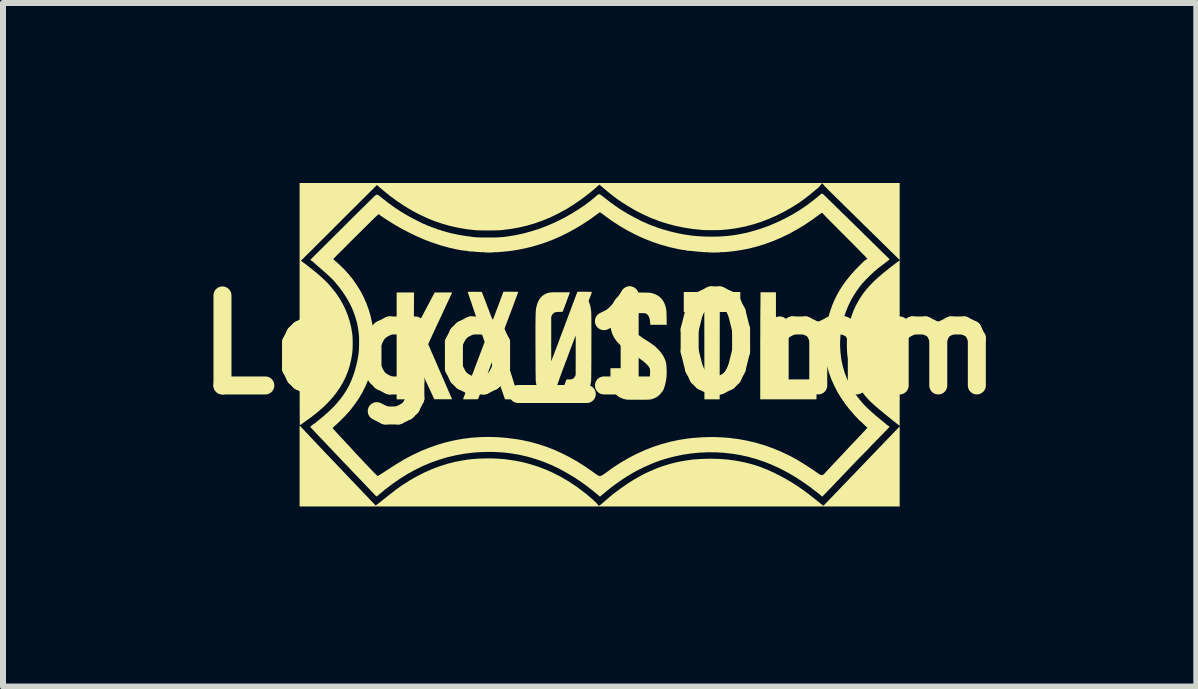
<source format=kicad_pcb>
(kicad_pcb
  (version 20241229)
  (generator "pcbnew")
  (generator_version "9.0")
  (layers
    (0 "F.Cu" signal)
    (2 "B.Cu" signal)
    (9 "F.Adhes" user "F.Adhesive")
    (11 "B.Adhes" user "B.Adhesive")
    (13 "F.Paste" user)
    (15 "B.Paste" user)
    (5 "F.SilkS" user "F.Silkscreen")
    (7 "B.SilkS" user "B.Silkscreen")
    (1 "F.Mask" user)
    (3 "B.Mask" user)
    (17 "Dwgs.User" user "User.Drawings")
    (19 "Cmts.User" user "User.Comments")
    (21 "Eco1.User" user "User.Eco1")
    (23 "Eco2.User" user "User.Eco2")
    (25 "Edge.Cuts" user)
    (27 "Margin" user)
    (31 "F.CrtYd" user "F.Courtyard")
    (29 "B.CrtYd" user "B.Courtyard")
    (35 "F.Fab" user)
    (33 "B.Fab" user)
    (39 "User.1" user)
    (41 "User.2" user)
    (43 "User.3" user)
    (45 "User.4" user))
  (footprint "Logo_10mm"
    (layer "F.Cu")
    (at 6.943 2.695)
    (property "Reference" "Logo_10mm" (at 0 0 0) (layer "F.SilkS") (effects (font (size 1.5 1.5) (thickness 0.3))))
    (attr board_only exclude_from_pos_files exclude_from_bom)
    (fp_poly (pts (xy 2.344 -0.713) (xy 2.344 -0.547) (xy 2.173 -0.546) (xy 2.002 -0.545) (xy 2.001 0.183) (xy 2 0.91) (xy 1.873 0.91) (xy 1.746 0.91) (xy 1.745 0.183) (xy 1.744 -0.545) (xy 1.573 -0.546) (xy 1.402 -0.547) (xy 1.402 -0.713) (xy 1.402 -0.879) (xy 1.873 -0.879) (xy 2.344 -0.879)) (stroke (width 0) (type solid)) (fill yes) (layer "F.SilkS"))
    (fp_poly (pts (xy 2.938 -0.148) (xy 2.938 0.578) (xy 3.276 0.578) (xy 3.614 0.578) (xy 3.614 0.744) (xy 3.614 0.91) (xy 3.145 0.91) (xy 2.676 0.91) (xy 2.676 0.302) (xy 2.676 0.228) (xy 2.676 0.152) (xy 2.676 0.076) (xy 2.676 -0.000105) (xy 2.676 -0.075) (xy 2.677 -0.149) (xy 2.677 -0.221) (xy 2.677 -0.29) (xy 2.677 -0.355) (xy 2.677 -0.416) (xy 2.678 -0.471) (xy 2.678 -0.521) (xy 2.678 -0.564) (xy 2.679 -0.591) (xy 2.681 -0.875) (xy 2.809 -0.875) (xy 2.938 -0.875)) (stroke (width 0) (type solid)) (fill yes) (layer "F.SilkS"))
    (fp_poly (pts (xy 5 -0.027) (xy 5 0.076) (xy 5 0.177) (xy 5 0.276) (xy 5 0.373) (xy 5 0.466) (xy 5 0.557) (xy 5 0.644) (xy 5 0.727) (xy 5 0.806) (xy 5 0.882) (xy 5 0.952) (xy 5 1.018) (xy 5 1.079) (xy 5 1.134) (xy 5 1.184) (xy 5 1.228) (xy 5 1.266) (xy 5 1.297) (xy 5 1.321) (xy 4.999 1.339) (xy 4.999 1.349) (xy 4.999 1.351) (xy 4.996 1.349) (xy 4.988 1.342) (xy 4.975 1.332) (xy 4.958 1.319) (xy 4.938 1.303) (xy 4.916 1.286) (xy 4.912 1.283) (xy 4.846 1.23) (xy 4.786 1.182) (xy 4.732 1.137) (xy 4.683 1.097) (xy 4.639 1.06) (xy 4.6 1.027) (xy 4.566 0.997) (xy 4.536 0.97) (xy 4.511 0.945) (xy 4.489 0.924) (xy 4.486 0.921) (xy 4.418 0.845) (xy 4.357 0.766) (xy 4.303 0.683) (xy 4.256 0.596) (xy 4.215 0.506) (xy 4.182 0.412) (xy 4.155 0.314) (xy 4.135 0.212) (xy 4.127 0.152) (xy 4.124 0.119) (xy 4.121 0.081) (xy 4.12 0.038) (xy 4.12 -0.006) (xy 4.12 -0.051) (xy 4.122 -0.094) (xy 4.124 -0.132) (xy 4.127 -0.164) (xy 4.144 -0.273) (xy 4.167 -0.377) (xy 4.197 -0.478) (xy 4.233 -0.575) (xy 4.277 -0.667) (xy 4.327 -0.757) (xy 4.384 -0.843) (xy 4.405 -0.872) (xy 4.456 -0.935) (xy 4.514 -0.999) (xy 4.578 -1.064) (xy 4.649 -1.129) (xy 4.725 -1.194) (xy 4.801 -1.255) (xy 4.821 -1.27) (xy 4.841 -1.286) (xy 4.86 -1.301) (xy 4.875 -1.313) (xy 4.879 -1.316) (xy 4.893 -1.327) (xy 4.912 -1.341) (xy 4.932 -1.357) (xy 4.952 -1.371) (xy 4.954 -1.373) (xy 5 -1.406)) (stroke (width 0) (type solid)) (fill yes) (layer "F.SilkS"))
    (fp_poly (pts (xy -3.095 -0.547) (xy -3.095 -0.497) (xy -3.095 -0.45) (xy -3.095 -0.406) (xy -3.095 -0.365) (xy -3.095 -0.328) (xy -3.095 -0.296) (xy -3.095 -0.268) (xy -3.095 -0.247) (xy -3.095 -0.232) (xy -3.094 -0.224) (xy -3.094 -0.223) (xy -3.092 -0.226) (xy -3.087 -0.236) (xy -3.078 -0.252) (xy -3.066 -0.273) (xy -3.052 -0.299) (xy -3.036 -0.33) (xy -3.017 -0.365) (xy -2.997 -0.403) (xy -2.975 -0.445) (xy -2.951 -0.489) (xy -2.927 -0.535) (xy -2.921 -0.547) (xy -2.749 -0.871) (xy -2.604 -0.871) (xy -2.458 -0.871) (xy -2.657 -0.442) (xy -2.683 -0.388) (xy -2.707 -0.335) (xy -2.731 -0.285) (xy -2.752 -0.238) (xy -2.773 -0.193) (xy -2.792 -0.153) (xy -2.808 -0.117) (xy -2.823 -0.085) (xy -2.835 -0.058) (xy -2.845 -0.037) (xy -2.852 -0.021) (xy -2.856 -0.012) (xy -2.857 -0.01) (xy -2.855 -0.006) (xy -2.851 0.005) (xy -2.844 0.021) (xy -2.834 0.043) (xy -2.822 0.071) (xy -2.809 0.103) (xy -2.793 0.139) (xy -2.776 0.178) (xy -2.758 0.22) (xy -2.738 0.265) (xy -2.718 0.312) (xy -2.697 0.361) (xy -2.676 0.41) (xy -2.654 0.46) (xy -2.632 0.509) (xy -2.611 0.558) (xy -2.59 0.606) (xy -2.57 0.652) (xy -2.551 0.696) (xy -2.533 0.737) (xy -2.517 0.775) (xy -2.502 0.809) (xy -2.489 0.839) (xy -2.478 0.864) (xy -2.469 0.884) (xy -2.463 0.898) (xy -2.459 0.906) (xy -2.458 0.907) (xy -2.462 0.908) (xy -2.472 0.909) (xy -2.489 0.909) (xy -2.51 0.909) (xy -2.537 0.909) (xy -2.567 0.909) (xy -2.599 0.909) (xy -2.606 0.909) (xy -2.755 0.908) (xy -2.923 0.55) (xy -3.092 0.192) (xy -3.093 0.551) (xy -3.094 0.91) (xy -3.239 0.91) (xy -3.383 0.91) (xy -3.383 0.02) (xy -3.383 -0.871) (xy -3.238 -0.871) (xy -3.093 -0.871)) (stroke (width 0) (type solid)) (fill yes) (layer "F.SilkS"))
    (fp_poly (pts (xy -1.45 -0.883) (xy -1.422 -0.883) (xy -1.398 -0.882) (xy -1.378 -0.882) (xy -1.364 -0.882) (xy -1.357 -0.881) (xy -1.356 -0.881) (xy -1.357 -0.877) (xy -1.361 -0.866) (xy -1.367 -0.849) (xy -1.376 -0.826) (xy -1.386 -0.798) (xy -1.399 -0.765) (xy -1.413 -0.727) (xy -1.428 -0.685) (xy -1.445 -0.64) (xy -1.463 -0.592) (xy -1.482 -0.541) (xy -1.502 -0.488) (xy -1.503 -0.487) (xy -1.522 -0.434) (xy -1.542 -0.383) (xy -1.56 -0.335) (xy -1.577 -0.289) (xy -1.593 -0.247) (xy -1.607 -0.209) (xy -1.619 -0.175) (xy -1.63 -0.146) (xy -1.639 -0.123) (xy -1.646 -0.105) (xy -1.65 -0.094) (xy -1.651 -0.089) (xy -1.651 -0.089) (xy -1.65 -0.085) (xy -1.647 -0.073) (xy -1.642 -0.055) (xy -1.635 -0.031) (xy -1.626 -0.001) (xy -1.615 0.034) (xy -1.603 0.074) (xy -1.59 0.118) (xy -1.575 0.166) (xy -1.559 0.218) (xy -1.542 0.273) (xy -1.524 0.33) (xy -1.505 0.389) (xy -1.498 0.411) (xy -1.48 0.471) (xy -1.462 0.529) (xy -1.444 0.584) (xy -1.428 0.637) (xy -1.412 0.686) (xy -1.398 0.732) (xy -1.385 0.773) (xy -1.374 0.809) (xy -1.364 0.841) (xy -1.356 0.867) (xy -1.35 0.887) (xy -1.346 0.9) (xy -1.344 0.907) (xy -1.344 0.907) (xy -1.348 0.908) (xy -1.358 0.909) (xy -1.375 0.909) (xy -1.396 0.91) (xy -1.422 0.91) (xy -1.45 0.91) (xy -1.46 0.91) (xy -1.577 0.91) (xy -1.684 0.607) (xy -1.7 0.56) (xy -1.716 0.516) (xy -1.731 0.474) (xy -1.745 0.435) (xy -1.757 0.4) (xy -1.768 0.37) (xy -1.778 0.344) (xy -1.785 0.323) (xy -1.79 0.309) (xy -1.793 0.301) (xy -1.794 0.3) (xy -1.797 0.297) (xy -1.798 0.297) (xy -1.8 0.301) (xy -1.804 0.312) (xy -1.81 0.328) (xy -1.819 0.351) (xy -1.829 0.379) (xy -1.841 0.411) (xy -1.855 0.448) (xy -1.87 0.488) (xy -1.886 0.53) (xy -1.902 0.576) (xy -1.913 0.604) (xy -2.026 0.908) (xy -2.152 0.909) (xy -2.187 0.91) (xy -2.214 0.91) (xy -2.236 0.91) (xy -2.252 0.909) (xy -2.263 0.909) (xy -2.27 0.908) (xy -2.274 0.907) (xy -2.276 0.906) (xy -2.276 0.904) (xy -2.276 0.903) (xy -2.274 0.899) (xy -2.27 0.888) (xy -2.263 0.87) (xy -2.254 0.846) (xy -2.243 0.817) (xy -2.23 0.782) (xy -2.215 0.743) (xy -2.199 0.7) (xy -2.181 0.653) (xy -2.162 0.603) (xy -2.142 0.549) (xy -2.121 0.493) (xy -2.099 0.435) (xy -2.095 0.425) (xy -1.917 -0.046) (xy -2.057 -0.458) (xy -2.075 -0.513) (xy -2.093 -0.566) (xy -2.11 -0.616) (xy -2.126 -0.663) (xy -2.14 -0.707) (xy -2.154 -0.747) (xy -2.166 -0.782) (xy -2.176 -0.813) (xy -2.185 -0.838) (xy -2.191 -0.857) (xy -2.196 -0.87) (xy -2.198 -0.877) (xy -2.198 -0.877) (xy -2.198 -0.879) (xy -2.196 -0.88) (xy -2.191 -0.881) (xy -2.182 -0.882) (xy -2.169 -0.882) (xy -2.15 -0.882) (xy -2.126 -0.882) (xy -2.095 -0.882) (xy -2.082 -0.882) (xy -1.964 -0.881) (xy -1.888 -0.684) (xy -1.874 -0.645) (xy -1.859 -0.608) (xy -1.845 -0.572) (xy -1.833 -0.539) (xy -1.822 -0.51) (xy -1.812 -0.486) (xy -1.805 -0.466) (xy -1.8 -0.453) (xy -1.798 -0.45) (xy -1.792 -0.435) (xy -1.787 -0.423) (xy -1.783 -0.416) (xy -1.782 -0.414) (xy -1.78 -0.418) (xy -1.775 -0.428) (xy -1.769 -0.444) (xy -1.76 -0.466) (xy -1.75 -0.493) (xy -1.738 -0.524) (xy -1.725 -0.559) (xy -1.711 -0.596) (xy -1.696 -0.636) (xy -1.691 -0.648) (xy -1.604 -0.883) (xy -1.48 -0.883)) (stroke (width 0) (type solid)) (fill yes) (layer "F.SilkS"))
    (fp_poly (pts (xy -4.983 1.363) (xy -4.978 1.369) (xy -4.967 1.381) (xy -4.952 1.396) (xy -4.933 1.416) (xy -4.912 1.439) (xy -4.887 1.465) (xy -4.86 1.493) (xy -4.832 1.524) (xy -4.806 1.551) (xy -4.784 1.574) (xy -4.763 1.597) (xy -4.741 1.62) (xy -4.72 1.642) (xy -4.698 1.666) (xy -4.676 1.689) (xy -4.652 1.714) (xy -4.628 1.74) (xy -4.602 1.767) (xy -4.574 1.797) (xy -4.544 1.828) (xy -4.512 1.862) (xy -4.477 1.899) (xy -4.439 1.938) (xy -4.398 1.981) (xy -4.354 2.028) (xy -4.305 2.079) (xy -4.253 2.134) (xy -4.196 2.193) (xy -4.135 2.258) (xy -4.069 2.327) (xy -4.022 2.376) (xy -3.733 2.679) (xy -3.721 2.671) (xy -3.71 2.663) (xy -3.694 2.65) (xy -3.672 2.634) (xy -3.646 2.613) (xy -3.616 2.589) (xy -3.582 2.562) (xy -3.544 2.532) (xy -3.526 2.518) (xy -3.485 2.485) (xy -3.448 2.457) (xy -3.416 2.432) (xy -3.386 2.409) (xy -3.357 2.388) (xy -3.327 2.367) (xy -3.297 2.346) (xy -3.287 2.339) (xy -3.166 2.261) (xy -3.043 2.191) (xy -2.918 2.128) (xy -2.792 2.072) (xy -2.663 2.024) (xy -2.533 1.983) (xy -2.401 1.95) (xy -2.399 1.95) (xy -2.303 1.931) (xy -2.21 1.916) (xy -2.117 1.905) (xy -2.023 1.898) (xy -1.925 1.895) (xy -1.865 1.894) (xy -1.811 1.894) (xy -1.762 1.895) (xy -1.717 1.897) (xy -1.673 1.9) (xy -1.628 1.903) (xy -1.579 1.908) (xy -1.557 1.911) (xy -1.421 1.93) (xy -1.287 1.956) (xy -1.154 1.991) (xy -1.024 2.032) (xy -0.895 2.082) (xy -0.768 2.138) (xy -0.644 2.203) (xy -0.522 2.274) (xy -0.402 2.353) (xy -0.375 2.372) (xy -0.337 2.4) (xy -0.297 2.43) (xy -0.258 2.46) (xy -0.22 2.49) (xy -0.184 2.52) (xy -0.15 2.549) (xy -0.118 2.576) (xy -0.091 2.602) (xy -0.067 2.624) (xy -0.049 2.643) (xy -0.036 2.659) (xy -0.033 2.662) (xy -0.024 2.674) (xy -0.015 2.682) (xy -0.011 2.684) (xy -0.006 2.681) (xy 0.004 2.674) (xy 0.018 2.664) (xy 0.034 2.651) (xy 0.052 2.635) (xy 0.054 2.634) (xy 0.075 2.616) (xy 0.098 2.596) (xy 0.12 2.577) (xy 0.139 2.56) (xy 0.15 2.551) (xy 0.211 2.5) (xy 0.278 2.448) (xy 0.348 2.396) (xy 0.42 2.346) (xy 0.492 2.297) (xy 0.563 2.253) (xy 0.572 2.247) (xy 0.601 2.231) (xy 0.632 2.213) (xy 0.664 2.195) (xy 0.695 2.178) (xy 0.725 2.162) (xy 0.751 2.149) (xy 0.772 2.138) (xy 0.773 2.138) (xy 0.789 2.13) (xy 0.808 2.122) (xy 0.828 2.113) (xy 0.834 2.11) (xy 0.944 2.062) (xy 1.058 2.021) (xy 1.176 1.985) (xy 1.297 1.955) (xy 1.418 1.932) (xy 1.539 1.915) (xy 1.567 1.912) (xy 1.714 1.902) (xy 1.858 1.899) (xy 1.999 1.903) (xy 2.137 1.914) (xy 2.272 1.932) (xy 2.404 1.958) (xy 2.533 1.99) (xy 2.594 2.008) (xy 2.695 2.043) (xy 2.798 2.084) (xy 2.903 2.132) (xy 3.009 2.185) (xy 3.115 2.243) (xy 3.219 2.305) (xy 3.293 2.353) (xy 3.328 2.376) (xy 3.36 2.399) (xy 3.393 2.422) (xy 3.425 2.445) (xy 3.458 2.47) (xy 3.494 2.497) (xy 3.533 2.528) (xy 3.575 2.561) (xy 3.623 2.6) (xy 3.627 2.603) (xy 3.728 2.684) (xy 3.752 2.66) (xy 3.757 2.655) (xy 3.767 2.644) (xy 3.782 2.628) (xy 3.802 2.608) (xy 3.826 2.583) (xy 3.854 2.554) (xy 3.887 2.52) (xy 3.922 2.483) (xy 3.961 2.443) (xy 4.003 2.399) (xy 4.048 2.352) (xy 4.096 2.302) (xy 4.146 2.251) (xy 4.198 2.196) (xy 4.252 2.141) (xy 4.307 2.083) (xy 4.364 2.024) (xy 4.375 2.012) (xy 4.432 1.953) (xy 4.487 1.895) (xy 4.541 1.839) (xy 4.593 1.785) (xy 4.643 1.733) (xy 4.69 1.684) (xy 4.735 1.637) (xy 4.777 1.593) (xy 4.816 1.553) (xy 4.852 1.516) (xy 4.884 1.482) (xy 4.912 1.453) (xy 4.936 1.428) (xy 4.956 1.407) (xy 4.971 1.392) (xy 4.982 1.381) (xy 4.987 1.376) (xy 4.987 1.375) (xy 5 1.362) (xy 5 2.029) (xy 5 2.695) (xy 0 2.695) (xy -5 2.695) (xy -5 2.021) (xy -5 1.346)) (stroke (width 0) (type solid)) (fill yes) (layer "F.SilkS"))
    (fp_poly (pts (xy 0.631 -0.871) (xy 0.676 -0.87) (xy 0.716 -0.87) (xy 0.75 -0.869) (xy 0.777 -0.869) (xy 0.799 -0.868) (xy 0.817 -0.868) (xy 0.831 -0.867) (xy 0.842 -0.866) (xy 0.851 -0.864) (xy 0.86 -0.863) (xy 0.868 -0.861) (xy 0.87 -0.86) (xy 0.919 -0.844) (xy 0.963 -0.823) (xy 1 -0.797) (xy 1.033 -0.765) (xy 1.06 -0.728) (xy 1.082 -0.684) (xy 1.099 -0.635) (xy 1.106 -0.607) (xy 1.108 -0.594) (xy 1.11 -0.582) (xy 1.112 -0.569) (xy 1.113 -0.553) (xy 1.114 -0.535) (xy 1.115 -0.511) (xy 1.116 -0.482) (xy 1.116 -0.45) (xy 1.118 -0.332) (xy 0.981 -0.332) (xy 0.845 -0.332) (xy 0.842 -0.368) (xy 0.837 -0.411) (xy 0.828 -0.448) (xy 0.815 -0.477) (xy 0.799 -0.5) (xy 0.778 -0.517) (xy 0.772 -0.52) (xy 0.766 -0.522) (xy 0.76 -0.524) (xy 0.752 -0.525) (xy 0.742 -0.526) (xy 0.727 -0.527) (xy 0.708 -0.527) (xy 0.683 -0.527) (xy 0.652 -0.527) (xy 0.644 -0.527) (xy 0.607 -0.527) (xy 0.576 -0.527) (xy 0.552 -0.526) (xy 0.533 -0.524) (xy 0.517 -0.522) (xy 0.505 -0.519) (xy 0.495 -0.514) (xy 0.486 -0.509) (xy 0.478 -0.502) (xy 0.473 -0.497) (xy 0.456 -0.48) (xy 0.458 -0.428) (xy 0.459 -0.405) (xy 0.461 -0.387) (xy 0.463 -0.374) (xy 0.466 -0.362) (xy 0.468 -0.356) (xy 0.484 -0.325) (xy 0.505 -0.293) (xy 0.533 -0.261) (xy 0.567 -0.227) (xy 0.608 -0.192) (xy 0.656 -0.156) (xy 0.711 -0.117) (xy 0.772 -0.078) (xy 0.809 -0.054) (xy 0.841 -0.033) (xy 0.868 -0.015) (xy 0.892 0.003) (xy 0.914 0.02) (xy 0.935 0.038) (xy 0.948 0.05) (xy 0.99 0.092) (xy 1.027 0.137) (xy 1.059 0.184) (xy 1.084 0.233) (xy 1.102 0.282) (xy 1.107 0.305) (xy 1.11 0.322) (xy 1.113 0.345) (xy 1.114 0.372) (xy 1.116 0.403) (xy 1.117 0.435) (xy 1.117 0.467) (xy 1.116 0.496) (xy 1.115 0.523) (xy 1.114 0.543) (xy 1.104 0.609) (xy 1.09 0.667) (xy 1.072 0.72) (xy 1.051 0.765) (xy 1.024 0.805) (xy 0.994 0.839) (xy 0.959 0.867) (xy 0.919 0.889) (xy 0.875 0.905) (xy 0.869 0.907) (xy 0.862 0.909) (xy 0.854 0.911) (xy 0.846 0.912) (xy 0.837 0.913) (xy 0.826 0.914) (xy 0.812 0.915) (xy 0.794 0.915) (xy 0.772 0.916) (xy 0.744 0.916) (xy 0.711 0.916) (xy 0.671 0.916) (xy 0.654 0.917) (xy 0.616 0.917) (xy 0.58 0.917) (xy 0.546 0.916) (xy 0.516 0.916) (xy 0.49 0.916) (xy 0.47 0.915) (xy 0.455 0.915) (xy 0.449 0.914) (xy 0.398 0.903) (xy 0.353 0.886) (xy 0.313 0.864) (xy 0.278 0.836) (xy 0.259 0.815) (xy 0.244 0.794) (xy 0.229 0.769) (xy 0.215 0.741) (xy 0.204 0.713) (xy 0.199 0.699) (xy 0.193 0.676) (xy 0.189 0.654) (xy 0.185 0.63) (xy 0.183 0.604) (xy 0.181 0.574) (xy 0.18 0.54) (xy 0.18 0.499) (xy 0.18 0.493) (xy 0.18 0.391) (xy 0.318 0.391) (xy 0.457 0.391) (xy 0.457 0.422) (xy 0.459 0.454) (xy 0.464 0.485) (xy 0.471 0.513) (xy 0.481 0.538) (xy 0.492 0.558) (xy 0.504 0.571) (xy 0.512 0.577) (xy 0.52 0.581) (xy 0.528 0.584) (xy 0.539 0.587) (xy 0.552 0.588) (xy 0.568 0.589) (xy 0.59 0.59) (xy 0.617 0.589) (xy 0.65 0.589) (xy 0.662 0.589) (xy 0.698 0.588) (xy 0.728 0.587) (xy 0.751 0.586) (xy 0.77 0.584) (xy 0.784 0.582) (xy 0.795 0.579) (xy 0.803 0.576) (xy 0.81 0.572) (xy 0.817 0.566) (xy 0.819 0.565) (xy 0.826 0.556) (xy 0.832 0.547) (xy 0.835 0.534) (xy 0.838 0.518) (xy 0.839 0.497) (xy 0.84 0.469) (xy 0.84 0.463) (xy 0.84 0.44) (xy 0.839 0.423) (xy 0.839 0.411) (xy 0.837 0.402) (xy 0.835 0.394) (xy 0.831 0.386) (xy 0.83 0.384) (xy 0.816 0.362) (xy 0.795 0.337) (xy 0.767 0.309) (xy 0.732 0.28) (xy 0.691 0.248) (xy 0.643 0.214) (xy 0.59 0.179) (xy 0.535 0.144) (xy 0.493 0.118) (xy 0.457 0.095) (xy 0.426 0.074) (xy 0.399 0.053) (xy 0.374 0.033) (xy 0.351 0.012) (xy 0.328 -0.011) (xy 0.318 -0.02) (xy 0.278 -0.065) (xy 0.246 -0.111) (xy 0.221 -0.157) (xy 0.202 -0.204) (xy 0.189 -0.255) (xy 0.183 -0.29) (xy 0.181 -0.313) (xy 0.18 -0.342) (xy 0.18 -0.375) (xy 0.18 -0.411) (xy 0.181 -0.448) (xy 0.182 -0.484) (xy 0.184 -0.518) (xy 0.187 -0.549) (xy 0.19 -0.574) (xy 0.191 -0.582) (xy 0.204 -0.637) (xy 0.221 -0.687) (xy 0.244 -0.73) (xy 0.272 -0.768) (xy 0.305 -0.799) (xy 0.343 -0.825) (xy 0.386 -0.846) (xy 0.415 -0.855) (xy 0.43 -0.859) (xy 0.446 -0.863) (xy 0.462 -0.865) (xy 0.48 -0.867) (xy 0.501 -0.869) (xy 0.526 -0.87) (xy 0.555 -0.87) (xy 0.59 -0.871)) (stroke (width 0) (type solid)) (fill yes) (layer "F.SilkS"))
    (fp_poly (pts (xy 5 -2.053) (xy 5 -1.411) (xy 4.949 -1.463) (xy 4.937 -1.474) (xy 4.921 -1.49) (xy 4.9 -1.511) (xy 4.875 -1.535) (xy 4.847 -1.562) (xy 4.817 -1.592) (xy 4.784 -1.624) (xy 4.75 -1.658) (xy 4.715 -1.692) (xy 4.686 -1.721) (xy 4.647 -1.759) (xy 4.605 -1.801) (xy 4.558 -1.846) (xy 4.509 -1.894) (xy 4.459 -1.944) (xy 4.408 -1.993) (xy 4.358 -2.043) (xy 4.31 -2.09) (xy 4.264 -2.135) (xy 4.233 -2.166) (xy 4.193 -2.205) (xy 4.153 -2.244) (xy 4.113 -2.284) (xy 4.074 -2.322) (xy 4.036 -2.36) (xy 4 -2.395) (xy 3.967 -2.427) (xy 3.937 -2.457) (xy 3.911 -2.482) (xy 3.89 -2.503) (xy 3.885 -2.508) (xy 3.852 -2.54) (xy 3.824 -2.568) (xy 3.8 -2.592) (xy 3.779 -2.613) (xy 3.761 -2.632) (xy 3.745 -2.65) (xy 3.73 -2.667) (xy 3.718 -2.682) (xy 3.708 -2.693) (xy 3.682 -2.66) (xy 3.67 -2.645) (xy 3.659 -2.632) (xy 3.65 -2.622) (xy 3.645 -2.618) (xy 3.639 -2.614) (xy 3.628 -2.605) (xy 3.613 -2.592) (xy 3.595 -2.577) (xy 3.574 -2.56) (xy 3.551 -2.541) (xy 3.549 -2.539) (xy 3.505 -2.503) (xy 3.466 -2.472) (xy 3.432 -2.445) (xy 3.4 -2.421) (xy 3.371 -2.4) (xy 3.344 -2.38) (xy 3.332 -2.372) (xy 3.206 -2.292) (xy 3.079 -2.22) (xy 2.951 -2.155) (xy 2.822 -2.098) (xy 2.692 -2.048) (xy 2.56 -2.006) (xy 2.427 -1.971) (xy 2.293 -1.944) (xy 2.156 -1.924) (xy 2.049 -1.914) (xy 2.021 -1.912) (xy 1.988 -1.911) (xy 1.949 -1.91) (xy 1.908 -1.91) (xy 1.865 -1.909) (xy 1.823 -1.91) (xy 1.783 -1.91) (xy 1.746 -1.911) (xy 1.715 -1.913) (xy 1.699 -1.914) (xy 1.553 -1.929) (xy 1.41 -1.951) (xy 1.269 -1.98) (xy 1.132 -2.016) (xy 0.996 -2.059) (xy 0.863 -2.11) (xy 0.733 -2.168) (xy 0.603 -2.234) (xy 0.476 -2.308) (xy 0.357 -2.383) (xy 0.324 -2.406) (xy 0.294 -2.427) (xy 0.265 -2.448) (xy 0.236 -2.47) (xy 0.206 -2.493) (xy 0.174 -2.519) (xy 0.138 -2.548) (xy 0.098 -2.581) (xy 0.098 -2.582) (xy -0.005 -2.668) (xy -0.015 -2.659) (xy -0.092 -2.591) (xy -0.175 -2.523) (xy -0.262 -2.456) (xy -0.352 -2.391) (xy -0.442 -2.33) (xy -0.532 -2.274) (xy -0.578 -2.247) (xy -0.703 -2.18) (xy -0.829 -2.119) (xy -0.957 -2.067) (xy -1.087 -2.021) (xy -1.218 -1.983) (xy -1.353 -1.952) (xy -1.491 -1.928) (xy -1.633 -1.911) (xy -1.643 -1.91) (xy -1.664 -1.908) (xy -1.691 -1.907) (xy -1.724 -1.906) (xy -1.761 -1.905) (xy -1.801 -1.905) (xy -1.843 -1.904) (xy -1.885 -1.904) (xy -1.927 -1.905) (xy -1.967 -1.905) (xy -2.003 -1.906) (xy -2.035 -1.907) (xy -2.062 -1.908) (xy -2.08 -1.91) (xy -2.221 -1.926) (xy -2.358 -1.95) (xy -2.492 -1.98) (xy -2.623 -2.017) (xy -2.753 -2.061) (xy -2.88 -2.113) (xy -3.005 -2.171) (xy -3.129 -2.237) (xy -3.252 -2.311) (xy -3.374 -2.392) (xy -3.414 -2.421) (xy -3.436 -2.437) (xy -3.453 -2.45) (xy -3.467 -2.46) (xy -3.481 -2.47) (xy -3.495 -2.481) (xy -3.512 -2.494) (xy -3.531 -2.51) (xy -3.545 -2.521) (xy -3.563 -2.536) (xy -3.585 -2.554) (xy -3.61 -2.575) (xy -3.637 -2.598) (xy -3.665 -2.621) (xy -3.693 -2.645) (xy -3.696 -2.648) (xy -3.712 -2.661) (xy -4.205 -2.17) (xy -4.259 -2.116) (xy -4.313 -2.062) (xy -4.367 -2.008) (xy -4.42 -1.955) (xy -4.472 -1.903) (xy -4.522 -1.853) (xy -4.57 -1.805) (xy -4.616 -1.76) (xy -4.659 -1.717) (xy -4.699 -1.677) (xy -4.736 -1.641) (xy -4.768 -1.608) (xy -4.796 -1.581) (xy -4.819 -1.557) (xy -4.837 -1.539) (xy -4.838 -1.539) (xy -4.978 -1.4) (xy -4.898 -1.34) (xy -4.83 -1.287) (xy -4.767 -1.238) (xy -4.71 -1.191) (xy -4.658 -1.146) (xy -4.61 -1.102) (xy -4.565 -1.059) (xy -4.523 -1.016) (xy -4.484 -0.972) (xy -4.469 -0.955) (xy -4.401 -0.87) (xy -4.34 -0.781) (xy -4.286 -0.689) (xy -4.239 -0.594) (xy -4.199 -0.496) (xy -4.166 -0.395) (xy -4.141 -0.291) (xy -4.123 -0.184) (xy -4.123 -0.182) (xy -4.119 -0.15) (xy -4.117 -0.112) (xy -4.116 -0.069) (xy -4.115 -0.025) (xy -4.116 0.02) (xy -4.117 0.064) (xy -4.12 0.104) (xy -4.123 0.14) (xy -4.124 0.152) (xy -4.142 0.252) (xy -4.165 0.35) (xy -4.195 0.444) (xy -4.232 0.536) (xy -4.276 0.625) (xy -4.327 0.712) (xy -4.385 0.796) (xy -4.45 0.878) (xy -4.522 0.959) (xy -4.602 1.037) (xy -4.689 1.114) (xy -4.784 1.189) (xy -4.797 1.2) (xy -4.81 1.209) (xy -4.826 1.221) (xy -4.846 1.235) (xy -4.868 1.251) (xy -4.891 1.267) (xy -4.914 1.284) (xy -4.936 1.3) (xy -4.956 1.314) (xy -4.973 1.326) (xy -4.987 1.335) (xy -4.995 1.341) (xy -4.996 1.342) (xy -4.997 1.339) (xy -4.997 1.329) (xy -4.997 1.313) (xy -4.998 1.291) (xy -4.998 1.262) (xy -4.998 1.226) (xy -4.998 1.183) (xy -4.999 1.134) (xy -4.999 1.077) (xy -4.999 1.014) (xy -4.999 0.944) (xy -4.999 0.866) (xy -4.999 0.782) (xy -5 0.69) (xy -5 0.592) (xy -5 0.486) (xy -5 0.372) (xy -5 0.251) (xy -5 0.123) (xy -5 -0.013) (xy -5 -0.156) (xy -5 -0.307) (xy -5 -0.465) (xy -5 -0.632) (xy -5 -0.676) (xy -5 -2.695) (xy 0 -2.695) (xy 5 -2.695)) (stroke (width 0) (type solid)) (fill yes) (layer "F.SilkS"))
    (fp_poly (pts (xy -0.22 -0.883) (xy -0.193 -0.882) (xy -0.169 -0.882) (xy -0.15 -0.881) (xy -0.137 -0.881) (xy -0.13 -0.88) (xy -0.129 -0.88) (xy -0.13 -0.875) (xy -0.134 -0.864) (xy -0.14 -0.849) (xy -0.147 -0.829) (xy -0.155 -0.807) (xy -0.156 -0.803) (xy -0.184 -0.73) (xy -0.174 -0.704) (xy -0.162 -0.67) (xy -0.153 -0.63) (xy -0.145 -0.585) (xy -0.14 -0.539) (xy -0.14 -0.537) (xy -0.14 -0.524) (xy -0.139 -0.503) (xy -0.139 -0.474) (xy -0.138 -0.439) (xy -0.138 -0.396) (xy -0.138 -0.346) (xy -0.138 -0.29) (xy -0.137 -0.228) (xy -0.137 -0.159) (xy -0.138 -0.084) (xy -0.138 -0.004) (xy -0.138 0.061) (xy -0.138 0.136) (xy -0.138 0.205) (xy -0.138 0.266) (xy -0.139 0.321) (xy -0.139 0.369) (xy -0.139 0.412) (xy -0.139 0.45) (xy -0.14 0.482) (xy -0.14 0.51) (xy -0.14 0.535) (xy -0.141 0.555) (xy -0.141 0.572) (xy -0.142 0.587) (xy -0.142 0.598) (xy -0.143 0.608) (xy -0.144 0.617) (xy -0.144 0.624) (xy -0.145 0.63) (xy -0.146 0.636) (xy -0.148 0.643) (xy -0.148 0.643) (xy -0.158 0.689) (xy -0.171 0.728) (xy -0.186 0.763) (xy -0.205 0.793) (xy -0.227 0.821) (xy -0.236 0.83) (xy -0.267 0.857) (xy -0.298 0.878) (xy -0.334 0.893) (xy -0.354 0.899) (xy -0.363 0.902) (xy -0.371 0.903) (xy -0.38 0.905) (xy -0.391 0.906) (xy -0.405 0.907) (xy -0.423 0.908) (xy -0.444 0.908) (xy -0.472 0.909) (xy -0.505 0.909) (xy -0.531 0.909) (xy -0.57 0.91) (xy -0.604 0.91) (xy -0.632 0.909) (xy -0.653 0.909) (xy -0.667 0.908) (xy -0.674 0.908) (xy -0.675 0.907) (xy -0.674 0.903) (xy -0.67 0.892) (xy -0.663 0.875) (xy -0.655 0.853) (xy -0.646 0.827) (xy -0.635 0.798) (xy -0.623 0.766) (xy -0.614 0.741) (xy -0.553 0.579) (xy -0.508 0.578) (xy -0.488 0.577) (xy -0.474 0.576) (xy -0.464 0.574) (xy -0.455 0.571) (xy -0.447 0.567) (xy -0.443 0.564) (xy -0.429 0.554) (xy -0.419 0.542) (xy -0.412 0.529) (xy -0.4 0.506) (xy -0.399 0.176) (xy -0.399 0.126) (xy -0.399 0.079) (xy -0.399 0.034) (xy -0.399 -0.007) (xy -0.399 -0.045) (xy -0.399 -0.077) (xy -0.399 -0.105) (xy -0.4 -0.126) (xy -0.4 -0.142) (xy -0.4 -0.15) (xy -0.4 -0.152) (xy -0.402 -0.148) (xy -0.406 -0.137) (xy -0.413 -0.121) (xy -0.421 -0.098) (xy -0.432 -0.071) (xy -0.443 -0.039) (xy -0.457 -0.004) (xy -0.471 0.034) (xy -0.487 0.075) (xy -0.503 0.118) (xy -0.519 0.162) (xy -0.536 0.207) (xy -0.553 0.252) (xy -0.57 0.296) (xy -0.586 0.34) (xy -0.602 0.381) (xy -0.616 0.421) (xy -0.63 0.457) (xy -0.642 0.49) (xy -0.653 0.519) (xy -0.662 0.544) (xy -0.669 0.563) (xy -0.673 0.576) (xy -0.676 0.582) (xy -0.676 0.583) (xy -0.677 0.588) (xy -0.681 0.599) (xy -0.687 0.616) (xy -0.695 0.638) (xy -0.704 0.664) (xy -0.715 0.693) (xy -0.727 0.726) (xy -0.736 0.748) (xy -0.795 0.908) (xy -0.919 0.909) (xy -0.953 0.909) (xy -0.983 0.909) (xy -1.007 0.909) (xy -1.026 0.909) (xy -1.038 0.908) (xy -1.043 0.907) (xy -1.043 0.907) (xy -1.042 0.902) (xy -1.038 0.891) (xy -1.033 0.876) (xy -1.026 0.858) (xy -1.023 0.851) (xy -1.003 0.799) (xy -1.021 0.762) (xy -1.036 0.727) (xy -1.047 0.694) (xy -1.056 0.658) (xy -1.061 0.633) (xy -1.062 0.627) (xy -1.063 0.62) (xy -1.064 0.611) (xy -1.064 0.601) (xy -1.065 0.588) (xy -1.066 0.573) (xy -1.066 0.554) (xy -1.066 0.532) (xy -1.067 0.506) (xy -1.067 0.476) (xy -1.068 0.44) (xy -1.068 0.4) (xy -1.068 0.354) (xy -1.068 0.303) (xy -1.069 0.244) (xy -1.069 0.179) (xy -1.069 0.107) (xy -1.069 0.07) (xy -1.07 -0.013) (xy -1.07 -0.088) (xy -1.07 -0.157) (xy -1.07 -0.219) (xy -1.07 -0.275) (xy -1.07 -0.325) (xy -1.069 -0.369) (xy -1.069 -0.409) (xy -1.068 -0.444) (xy -1.068 -0.475) (xy -1.067 -0.502) (xy -1.066 -0.525) (xy -1.065 -0.546) (xy -1.064 -0.563) (xy -1.062 -0.579) (xy -1.061 -0.593) (xy -1.059 -0.605) (xy -1.057 -0.617) (xy -1.055 -0.627) (xy -1.041 -0.679) (xy -1.023 -0.724) (xy -1.001 -0.763) (xy -0.974 -0.797) (xy -0.942 -0.824) (xy -0.906 -0.845) (xy -0.906 -0.845) (xy -0.891 -0.852) (xy -0.878 -0.858) (xy -0.865 -0.862) (xy -0.851 -0.866) (xy -0.836 -0.869) (xy -0.819 -0.871) (xy -0.798 -0.873) (xy -0.774 -0.874) (xy -0.744 -0.875) (xy -0.709 -0.875) (xy -0.667 -0.875) (xy -0.653 -0.875) (xy -0.618 -0.875) (xy -0.587 -0.875) (xy -0.559 -0.874) (xy -0.535 -0.874) (xy -0.516 -0.874) (xy -0.503 -0.873) (xy -0.497 -0.872) (xy -0.496 -0.872) (xy -0.498 -0.868) (xy -0.501 -0.857) (xy -0.507 -0.841) (xy -0.515 -0.819) (xy -0.525 -0.793) (xy -0.536 -0.764) (xy -0.548 -0.732) (xy -0.556 -0.709) (xy -0.616 -0.549) (xy -0.676 -0.547) (xy -0.7 -0.546) (xy -0.718 -0.545) (xy -0.731 -0.543) (xy -0.741 -0.541) (xy -0.748 -0.538) (xy -0.752 -0.536) (xy -0.773 -0.522) (xy -0.789 -0.502) (xy -0.798 -0.486) (xy -0.807 -0.467) (xy -0.807 -0.094) (xy -0.807 -0.041) (xy -0.808 0.01) (xy -0.807 0.058) (xy -0.807 0.102) (xy -0.807 0.143) (xy -0.807 0.179) (xy -0.807 0.21) (xy -0.807 0.235) (xy -0.807 0.255) (xy -0.806 0.267) (xy -0.806 0.273) (xy -0.806 0.273) (xy -0.803 0.266) (xy -0.797 0.251) (xy -0.79 0.231) (xy -0.78 0.205) (xy -0.768 0.174) (xy -0.754 0.138) (xy -0.74 0.098) (xy -0.723 0.056) (xy -0.706 0.01) (xy -0.688 -0.037) (xy -0.67 -0.087) (xy -0.651 -0.137) (xy -0.632 -0.187) (xy -0.613 -0.238) (xy -0.594 -0.287) (xy -0.576 -0.336) (xy -0.559 -0.382) (xy -0.542 -0.426) (xy -0.527 -0.468) (xy -0.513 -0.505) (xy -0.504 -0.529) (xy -0.486 -0.575) (xy -0.47 -0.619) (xy -0.454 -0.662) (xy -0.439 -0.702) (xy -0.425 -0.738) (xy -0.413 -0.77) (xy -0.403 -0.798) (xy -0.394 -0.82) (xy -0.388 -0.837) (xy -0.385 -0.846) (xy -0.384 -0.847) (xy -0.371 -0.883) (xy -0.25 -0.883)) (stroke (width 0) (type solid)) (fill yes) (layer "F.SilkS"))
    (fp_poly (pts (xy 3.715 -2.516) (xy 3.724 -2.509) (xy 3.734 -2.5) (xy 3.742 -2.492) (xy 3.755 -2.479) (xy 3.774 -2.461) (xy 3.796 -2.439) (xy 3.823 -2.413) (xy 3.853 -2.384) (xy 3.887 -2.351) (xy 3.923 -2.316) (xy 3.962 -2.277) (xy 4.004 -2.237) (xy 4.046 -2.195) (xy 4.091 -2.152) (xy 4.136 -2.108) (xy 4.182 -2.063) (xy 4.228 -2.018) (xy 4.273 -1.973) (xy 4.319 -1.929) (xy 4.363 -1.885) (xy 4.406 -1.843) (xy 4.447 -1.803) (xy 4.483 -1.768) (xy 4.521 -1.73) (xy 4.559 -1.693) (xy 4.595 -1.657) (xy 4.63 -1.623) (xy 4.663 -1.59) (xy 4.693 -1.561) (xy 4.72 -1.534) (xy 4.743 -1.512) (xy 4.762 -1.493) (xy 4.777 -1.479) (xy 4.785 -1.471) (xy 4.833 -1.424) (xy 4.797 -1.394) (xy 4.779 -1.381) (xy 4.762 -1.367) (xy 4.746 -1.355) (xy 4.737 -1.348) (xy 4.724 -1.338) (xy 4.707 -1.325) (xy 4.689 -1.311) (xy 4.677 -1.302) (xy 4.663 -1.291) (xy 4.651 -1.282) (xy 4.643 -1.276) (xy 4.639 -1.274) (xy 4.635 -1.271) (xy 4.629 -1.264) (xy 4.628 -1.264) (xy 4.622 -1.257) (xy 4.617 -1.254) (xy 4.617 -1.254) (xy 4.612 -1.251) (xy 4.605 -1.244) (xy 4.603 -1.242) (xy 4.596 -1.235) (xy 4.59 -1.231) (xy 4.588 -1.231) (xy 4.583 -1.228) (xy 4.576 -1.22) (xy 4.571 -1.215) (xy 4.563 -1.206) (xy 4.557 -1.2) (xy 4.555 -1.199) (xy 4.551 -1.197) (xy 4.543 -1.189) (xy 4.531 -1.178) (xy 4.516 -1.164) (xy 4.499 -1.147) (xy 4.481 -1.13) (xy 4.463 -1.111) (xy 4.446 -1.094) (xy 4.43 -1.078) (xy 4.416 -1.063) (xy 4.406 -1.052) (xy 4.4 -1.045) (xy 4.399 -1.043) (xy 4.396 -1.039) (xy 4.389 -1.032) (xy 4.385 -1.029) (xy 4.377 -1.021) (xy 4.372 -1.015) (xy 4.371 -1.013) (xy 4.369 -1.008) (xy 4.362 -1.001) (xy 4.362 -1.001) (xy 4.355 -0.994) (xy 4.352 -0.989) (xy 4.352 -0.989) (xy 4.349 -0.984) (xy 4.342 -0.977) (xy 4.342 -0.977) (xy 4.335 -0.971) (xy 4.332 -0.967) (xy 4.332 -0.967) (xy 4.33 -0.963) (xy 4.324 -0.954) (xy 4.316 -0.941) (xy 4.307 -0.93) (xy 4.247 -0.843) (xy 4.194 -0.752) (xy 4.147 -0.658) (xy 4.107 -0.56) (xy 4.072 -0.458) (xy 4.061 -0.419) (xy 4.054 -0.391) (xy 4.046 -0.36) (xy 4.039 -0.328) (xy 4.033 -0.297) (xy 4.028 -0.27) (xy 4.025 -0.252) (xy 4.024 -0.238) (xy 4.022 -0.225) (xy 4.021 -0.221) (xy 4.02 -0.209) (xy 4.018 -0.195) (xy 4.018 -0.191) (xy 4.011 -0.125) (xy 4.008 -0.064) (xy 4.007 -0.008) (xy 4.008 0.047) (xy 4.01 0.07) (xy 4.011 0.096) (xy 4.013 0.116) (xy 4.014 0.13) (xy 4.015 0.14) (xy 4.015 0.147) (xy 4.016 0.153) (xy 4.017 0.159) (xy 4.017 0.162) (xy 4.019 0.175) (xy 4.021 0.192) (xy 4.022 0.199) (xy 4.023 0.216) (xy 4.026 0.231) (xy 4.029 0.248) (xy 4.029 0.251) (xy 4.031 0.26) (xy 4.033 0.273) (xy 4.035 0.283) (xy 4.055 0.371) (xy 4.082 0.461) (xy 4.115 0.549) (xy 4.155 0.637) (xy 4.199 0.721) (xy 4.249 0.801) (xy 4.267 0.828) (xy 4.306 0.881) (xy 4.346 0.931) (xy 4.387 0.979) (xy 4.433 1.027) (xy 4.482 1.075) (xy 4.537 1.124) (xy 4.558 1.142) (xy 4.573 1.155) (xy 4.585 1.166) (xy 4.594 1.175) (xy 4.598 1.18) (xy 4.598 1.18) (xy 4.601 1.183) (xy 4.604 1.184) (xy 4.61 1.187) (xy 4.612 1.189) (xy 4.616 1.193) (xy 4.625 1.201) (xy 4.639 1.212) (xy 4.655 1.226) (xy 4.673 1.241) (xy 4.674 1.241) (xy 4.695 1.258) (xy 4.717 1.276) (xy 4.737 1.293) (xy 4.755 1.307) (xy 4.765 1.316) (xy 4.778 1.327) (xy 4.789 1.336) (xy 4.797 1.342) (xy 4.8 1.344) (xy 4.805 1.346) (xy 4.813 1.352) (xy 4.818 1.356) (xy 4.833 1.368) (xy 4.734 1.47) (xy 4.707 1.497) (xy 4.679 1.526) (xy 4.651 1.556) (xy 4.623 1.584) (xy 4.598 1.609) (xy 4.576 1.632) (xy 4.568 1.64) (xy 4.549 1.659) (xy 4.532 1.676) (xy 4.518 1.691) (xy 4.508 1.702) (xy 4.502 1.709) (xy 4.5 1.711) (xy 4.498 1.714) (xy 4.49 1.723) (xy 4.479 1.734) (xy 4.465 1.749) (xy 4.45 1.764) (xy 4.433 1.781) (xy 4.417 1.796) (xy 4.403 1.811) (xy 4.388 1.826) (xy 4.373 1.841) (xy 4.357 1.857) (xy 4.34 1.874) (xy 4.322 1.893) (xy 4.302 1.914) (xy 4.279 1.937) (xy 4.254 1.964) (xy 4.226 1.994) (xy 4.193 2.027) (xy 4.157 2.065) (xy 4.117 2.108) (xy 4.071 2.155) (xy 4.063 2.164) (xy 4.024 2.204) (xy 3.987 2.244) (xy 3.95 2.282) (xy 3.916 2.318) (xy 3.883 2.352) (xy 3.853 2.384) (xy 3.826 2.412) (xy 3.802 2.436) (xy 3.783 2.457) (xy 3.768 2.473) (xy 3.757 2.483) (xy 3.755 2.485) (xy 3.711 2.531) (xy 3.642 2.475) (xy 3.515 2.377) (xy 3.388 2.287) (xy 3.261 2.204) (xy 3.133 2.129) (xy 3.004 2.062) (xy 2.874 2.002) (xy 2.743 1.95) (xy 2.612 1.906) (xy 2.479 1.868) (xy 2.345 1.839) (xy 2.227 1.819) (xy 2.084 1.802) (xy 1.942 1.793) (xy 1.8 1.792) (xy 1.658 1.799) (xy 1.517 1.813) (xy 1.377 1.834) (xy 1.238 1.864) (xy 1.101 1.9) (xy 1.002 1.932) (xy 0.938 1.955) (xy 0.87 1.982) (xy 0.8 2.013) (xy 0.729 2.045) (xy 0.659 2.079) (xy 0.593 2.114) (xy 0.531 2.148) (xy 0.527 2.151) (xy 0.456 2.194) (xy 0.382 2.242) (xy 0.307 2.294) (xy 0.232 2.348) (xy 0.161 2.403) (xy 0.093 2.458) (xy 0.089 2.462) (xy 0.069 2.478) (xy 0.051 2.493) (xy 0.036 2.506) (xy 0.024 2.516) (xy 0.016 2.522) (xy 0.016 2.523) (xy 0.005 2.532) (xy -0.024 2.507) (xy -0.064 2.473) (xy -0.109 2.437) (xy -0.156 2.399) (xy -0.204 2.362) (xy -0.252 2.327) (xy -0.289 2.3) (xy -0.415 2.215) (xy -0.543 2.138) (xy -0.671 2.068) (xy -0.8 2.006) (xy -0.931 1.952) (xy -1.063 1.906) (xy -1.197 1.867) (xy -1.332 1.835) (xy -1.468 1.812) (xy -1.607 1.795) (xy -1.747 1.787) (xy -1.888 1.786) (xy -2.032 1.792) (xy -2.117 1.799) (xy -2.26 1.817) (xy -2.4 1.843) (xy -2.538 1.875) (xy -2.674 1.916) (xy -2.808 1.963) (xy -2.939 2.018) (xy -3.069 2.081) (xy -3.197 2.151) (xy -3.322 2.229) (xy -3.446 2.314) (xy -3.568 2.407) (xy -3.664 2.486) (xy -3.68 2.5) (xy -3.694 2.511) (xy -3.704 2.521) (xy -3.711 2.526) (xy -3.712 2.527) (xy -3.715 2.528) (xy -3.72 2.527) (xy -3.726 2.522) (xy -3.736 2.513) (xy -3.747 2.501) (xy -3.754 2.494) (xy -3.766 2.481) (xy -3.782 2.464) (xy -3.802 2.443) (xy -3.827 2.417) (xy -3.854 2.389) (xy -3.884 2.357) (xy -3.917 2.323) (xy -3.952 2.286) (xy -3.988 2.248) (xy -4.026 2.209) (xy -4.033 2.201) (xy -4.12 2.111) (xy -4.204 2.022) (xy -4.288 1.935) (xy -4.371 1.847) (xy -4.456 1.758) (xy -4.543 1.666) (xy -4.633 1.571) (xy -4.728 1.471) (xy -4.73 1.469) (xy -4.805 1.389) (xy -4.449 1.389) (xy -4.447 1.393) (xy -4.44 1.402) (xy -4.428 1.415) (xy -4.413 1.432) (xy -4.395 1.452) (xy -4.375 1.474) (xy -4.359 1.491) (xy -4.335 1.517) (xy -4.311 1.543) (xy -4.287 1.568) (xy -4.265 1.591) (xy -4.247 1.612) (xy -4.232 1.628) (xy -4.227 1.633) (xy -4.184 1.679) (xy -4.146 1.72) (xy -4.112 1.757) (xy -4.082 1.79) (xy -4.054 1.82) (xy -4.028 1.848) (xy -4.003 1.875) (xy -3.979 1.9) (xy -3.955 1.926) (xy -3.93 1.952) (xy -3.904 1.98) (xy -3.876 2.009) (xy -3.846 2.041) (xy -3.815 2.073) (xy -3.791 2.098) (xy -3.769 2.121) (xy -3.749 2.142) (xy -3.731 2.159) (xy -3.717 2.173) (xy -3.707 2.183) (xy -3.701 2.187) (xy -3.7 2.188) (xy -3.695 2.186) (xy -3.684 2.18) (xy -3.67 2.172) (xy -3.654 2.162) (xy -3.653 2.161) (xy -3.594 2.123) (xy -3.541 2.088) (xy -3.493 2.058) (xy -3.451 2.03) (xy -3.412 2.006) (xy -3.378 1.984) (xy -3.347 1.965) (xy -3.318 1.948) (xy -3.292 1.932) (xy -3.267 1.917) (xy -3.243 1.904) (xy -3.22 1.891) (xy -3.196 1.878) (xy -3.172 1.866) (xy -3.147 1.853) (xy -3.121 1.839) (xy -3.115 1.836) (xy -2.979 1.772) (xy -2.841 1.716) (xy -2.702 1.667) (xy -2.562 1.626) (xy -2.42 1.593) (xy -2.277 1.567) (xy -2.132 1.549) (xy -1.985 1.539) (xy -1.838 1.536) (xy -1.688 1.541) (xy -1.537 1.554) (xy -1.385 1.574) (xy -1.292 1.59) (xy -1.157 1.619) (xy -1.023 1.656) (xy -0.891 1.699) (xy -0.759 1.75) (xy -0.629 1.809) (xy -0.499 1.875) (xy -0.369 1.949) (xy -0.24 2.031) (xy -0.111 2.12) (xy -0.1 2.128) (xy -0.079 2.143) (xy -0.06 2.157) (xy -0.043 2.168) (xy -0.03 2.177) (xy -0.022 2.182) (xy -0.021 2.182) (xy -0.009 2.186) (xy 0.003 2.188) (xy 0.015 2.186) (xy 0.029 2.182) (xy 0.045 2.173) (xy 0.065 2.161) (xy 0.089 2.144) (xy 0.111 2.128) (xy 0.236 2.038) (xy 0.364 1.956) (xy 0.494 1.881) (xy 0.627 1.813) (xy 0.761 1.753) (xy 0.897 1.7) (xy 1.036 1.655) (xy 1.176 1.617) (xy 1.317 1.587) (xy 1.46 1.564) (xy 1.559 1.553) (xy 1.683 1.544) (xy 1.807 1.539) (xy 1.931 1.539) (xy 2.051 1.544) (xy 2.162 1.553) (xy 2.309 1.572) (xy 2.454 1.598) (xy 2.598 1.632) (xy 2.739 1.673) (xy 2.878 1.722) (xy 3.014 1.778) (xy 3.134 1.834) (xy 3.195 1.865) (xy 3.255 1.898) (xy 3.315 1.932) (xy 3.376 1.969) (xy 3.44 2.009) (xy 3.506 2.052) (xy 3.577 2.1) (xy 3.633 2.138) (xy 3.652 2.151) (xy 3.666 2.161) (xy 3.676 2.167) (xy 3.684 2.17) (xy 3.691 2.172) (xy 3.699 2.172) (xy 3.7 2.172) (xy 3.718 2.17) (xy 3.728 2.165) (xy 3.733 2.16) (xy 3.743 2.151) (xy 3.756 2.137) (xy 3.771 2.12) (xy 3.789 2.101) (xy 3.803 2.086) (xy 3.822 2.065) (xy 3.846 2.04) (xy 3.872 2.012) (xy 3.9 1.982) (xy 3.928 1.952) (xy 3.955 1.923) (xy 3.969 1.908) (xy 3.995 1.881) (xy 4.021 1.853) (xy 4.048 1.825) (xy 4.073 1.798) (xy 4.096 1.773) (xy 4.115 1.753) (xy 4.125 1.742) (xy 4.139 1.727) (xy 4.158 1.707) (xy 4.181 1.683) (xy 4.206 1.656) (xy 4.234 1.627) (xy 4.263 1.596) (xy 4.293 1.565) (xy 4.32 1.536) (xy 4.347 1.508) (xy 4.372 1.481) (xy 4.395 1.456) (xy 4.416 1.435) (xy 4.433 1.416) (xy 4.446 1.401) (xy 4.456 1.391) (xy 4.46 1.386) (xy 4.46 1.385) (xy 4.458 1.38) (xy 4.451 1.372) (xy 4.447 1.369) (xy 4.439 1.362) (xy 4.426 1.351) (xy 4.412 1.337) (xy 4.396 1.321) (xy 4.392 1.318) (xy 4.378 1.303) (xy 4.365 1.291) (xy 4.356 1.282) (xy 4.35 1.278) (xy 4.349 1.277) (xy 4.345 1.275) (xy 4.336 1.266) (xy 4.323 1.254) (xy 4.306 1.237) (xy 4.287 1.216) (xy 4.265 1.193) (xy 4.241 1.167) (xy 4.231 1.156) (xy 4.154 1.066) (xy 4.083 0.973) (xy 4.018 0.878) (xy 3.959 0.78) (xy 3.908 0.68) (xy 3.863 0.579) (xy 3.825 0.477) (xy 3.794 0.374) (xy 3.771 0.272) (xy 3.757 0.184) (xy 3.755 0.163) (xy 3.753 0.141) (xy 3.753 0.122) (xy 3.753 0.114) (xy 3.754 0.101) (xy 3.753 0.09) (xy 3.752 0.086) (xy 3.752 0.086) (xy 3.751 0.082) (xy 3.75 0.072) (xy 3.75 0.055) (xy 3.75 0.033) (xy 3.75 0.007) (xy 3.751 -0.022) (xy 3.751 -0.034) (xy 3.754 -0.112) (xy 3.759 -0.184) (xy 3.767 -0.253) (xy 3.778 -0.321) (xy 3.792 -0.389) (xy 3.811 -0.459) (xy 3.833 -0.533) (xy 3.844 -0.566) (xy 3.877 -0.66) (xy 3.914 -0.748) (xy 3.956 -0.833) (xy 4.003 -0.915) (xy 4.055 -0.995) (xy 4.114 -1.076) (xy 4.139 -1.107) (xy 4.164 -1.138) (xy 4.187 -1.166) (xy 4.209 -1.192) (xy 4.233 -1.218) (xy 4.258 -1.246) (xy 4.287 -1.275) (xy 4.32 -1.309) (xy 4.332 -1.321) (xy 4.358 -1.347) (xy 4.379 -1.368) (xy 4.397 -1.385) (xy 4.411 -1.397) (xy 4.422 -1.406) (xy 4.432 -1.413) (xy 4.435 -1.414) (xy 4.447 -1.421) (xy 4.456 -1.428) (xy 4.46 -1.432) (xy 4.458 -1.436) (xy 4.452 -1.443) (xy 4.44 -1.456) (xy 4.425 -1.473) (xy 4.404 -1.494) (xy 4.378 -1.521) (xy 4.347 -1.552) (xy 4.311 -1.589) (xy 4.27 -1.63) (xy 4.224 -1.677) (xy 4.172 -1.729) (xy 4.115 -1.786) (xy 4.089 -1.812) (xy 4.042 -1.859) (xy 3.997 -1.904) (xy 3.955 -1.946) (xy 3.915 -1.987) (xy 3.877 -2.025) (xy 3.843 -2.059) (xy 3.812 -2.091) (xy 3.785 -2.118) (xy 3.762 -2.142) (xy 3.743 -2.162) (xy 3.729 -2.177) (xy 3.72 -2.187) (xy 3.715 -2.192) (xy 3.715 -2.193) (xy 3.713 -2.198) (xy 3.707 -2.199) (xy 3.696 -2.194) (xy 3.681 -2.184) (xy 3.66 -2.169) (xy 3.659 -2.169) (xy 3.535 -2.078) (xy 3.409 -1.993) (xy 3.28 -1.916) (xy 3.15 -1.845) (xy 3.018 -1.782) (xy 2.884 -1.725) (xy 2.75 -1.676) (xy 2.615 -1.635) (xy 2.489 -1.603) (xy 2.439 -1.593) (xy 2.386 -1.583) (xy 2.331 -1.574) (xy 2.276 -1.565) (xy 2.222 -1.558) (xy 2.17 -1.552) (xy 2.122 -1.547) (xy 2.078 -1.544) (xy 2.04 -1.543) (xy 2.035 -1.543) (xy 2.021 -1.543) (xy 2.012 -1.542) (xy 2.008 -1.54) (xy 2.008 -1.54) (xy 2.004 -1.539) (xy 1.994 -1.539) (xy 1.977 -1.538) (xy 1.956 -1.538) (xy 1.932 -1.537) (xy 1.906 -1.537) (xy 1.879 -1.537) (xy 1.855 -1.538) (xy 1.834 -1.538) (xy 1.818 -1.539) (xy 1.808 -1.54) (xy 1.805 -1.54) (xy 1.801 -1.542) (xy 1.791 -1.542) (xy 1.777 -1.543) (xy 1.766 -1.542) (xy 1.749 -1.542) (xy 1.736 -1.542) (xy 1.728 -1.543) (xy 1.727 -1.543) (xy 1.723 -1.545) (xy 1.713 -1.546) (xy 1.699 -1.547) (xy 1.683 -1.548) (xy 1.663 -1.55) (xy 1.639 -1.552) (xy 1.611 -1.554) (xy 1.584 -1.557) (xy 1.57 -1.559) (xy 1.547 -1.561) (xy 1.524 -1.563) (xy 1.504 -1.565) (xy 1.489 -1.566) (xy 1.482 -1.566) (xy 1.465 -1.566) (xy 1.451 -1.568) (xy 1.441 -1.571) (xy 1.438 -1.575) (xy 1.438 -1.575) (xy 1.434 -1.576) (xy 1.425 -1.578) (xy 1.413 -1.578) (xy 1.401 -1.579) (xy 1.383 -1.581) (xy 1.362 -1.584) (xy 1.338 -1.588) (xy 1.318 -1.592) (xy 1.169 -1.625) (xy 1.024 -1.666) (xy 0.881 -1.713) (xy 0.741 -1.769) (xy 0.604 -1.831) (xy 0.469 -1.901) (xy 0.337 -1.978) (xy 0.207 -2.062) (xy 0.094 -2.144) (xy 0.072 -2.161) (xy 0.052 -2.175) (xy 0.034 -2.188) (xy 0.02 -2.198) (xy 0.011 -2.204) (xy 0.007 -2.206) (xy 0.001 -2.205) (xy -0.009 -2.199) (xy -0.023 -2.189) (xy -0.032 -2.183) (xy -0.146 -2.099) (xy -0.265 -2.02) (xy -0.386 -1.946) (xy -0.51 -1.877) (xy -0.636 -1.814) (xy -0.762 -1.758) (xy -0.888 -1.709) (xy -0.955 -1.686) (xy -1.048 -1.657) (xy -1.143 -1.63) (xy -1.24 -1.607) (xy -1.338 -1.587) (xy -1.433 -1.571) (xy -1.526 -1.558) (xy -1.615 -1.55) (xy -1.636 -1.548) (xy -1.653 -1.547) (xy -1.667 -1.546) (xy -1.677 -1.544) (xy -1.68 -1.543) (xy -1.683 -1.543) (xy -1.693 -1.542) (xy -1.708 -1.542) (xy -1.721 -1.542) (xy -1.738 -1.543) (xy -1.751 -1.542) (xy -1.76 -1.541) (xy -1.762 -1.54) (xy -1.766 -1.539) (xy -1.776 -1.539) (xy -1.792 -1.538) (xy -1.812 -1.537) (xy -1.835 -1.537) (xy -1.842 -1.537) (xy -1.866 -1.537) (xy -1.887 -1.538) (xy -1.904 -1.538) (xy -1.916 -1.539) (xy -1.922 -1.54) (xy -1.922 -1.54) (xy -1.926 -1.542) (xy -1.935 -1.542) (xy -1.95 -1.543) (xy -1.963 -1.542) (xy -1.98 -1.542) (xy -1.993 -1.542) (xy -2.002 -1.543) (xy -2.004 -1.544) (xy -2.008 -1.546) (xy -2.017 -1.547) (xy -2.03 -1.546) (xy -2.031 -1.546) (xy -2.045 -1.546) (xy -2.055 -1.547) (xy -2.06 -1.548) (xy -2.06 -1.548) (xy -2.064 -1.549) (xy -2.074 -1.55) (xy -2.09 -1.552) (xy -2.108 -1.553) (xy -2.115 -1.553) (xy -2.147 -1.554) (xy -2.172 -1.556) (xy -2.189 -1.558) (xy -2.199 -1.56) (xy -2.203 -1.563) (xy -2.203 -1.563) (xy -2.207 -1.564) (xy -2.216 -1.566) (xy -2.23 -1.566) (xy -2.232 -1.566) (xy -2.25 -1.567) (xy -2.274 -1.57) (xy -2.304 -1.574) (xy -2.339 -1.581) (xy -2.378 -1.588) (xy -2.42 -1.597) (xy -2.463 -1.607) (xy -2.508 -1.617) (xy -2.533 -1.624) (xy -2.663 -1.66) (xy -2.794 -1.704) (xy -2.926 -1.754) (xy -3.058 -1.812) (xy -3.19 -1.876) (xy -3.322 -1.946) (xy -3.4 -1.991) (xy -3.431 -2.01) (xy -3.464 -2.03) (xy -3.496 -2.05) (xy -3.528 -2.07) (xy -3.558 -2.089) (xy -3.586 -2.108) (xy -3.612 -2.125) (xy -3.633 -2.14) (xy -3.651 -2.152) (xy -3.664 -2.162) (xy -3.671 -2.168) (xy -3.672 -2.171) (xy -3.673 -2.175) (xy -3.675 -2.177) (xy -3.68 -2.176) (xy -3.687 -2.171) (xy -3.697 -2.164) (xy -3.711 -2.152) (xy -3.728 -2.136) (xy -3.749 -2.116) (xy -3.775 -2.091) (xy -3.806 -2.061) (xy -3.817 -2.049) (xy -3.896 -1.971) (xy -3.97 -1.898) (xy -4.037 -1.831) (xy -4.1 -1.769) (xy -4.157 -1.713) (xy -4.208 -1.661) (xy -4.254 -1.615) (xy -4.295 -1.574) (xy -4.331 -1.538) (xy -4.362 -1.508) (xy -4.387 -1.482) (xy -4.407 -1.461) (xy -4.422 -1.446) (xy -4.432 -1.435) (xy -4.437 -1.429) (xy -4.438 -1.428) (xy -4.435 -1.424) (xy -4.427 -1.416) (xy -4.415 -1.405) (xy -4.4 -1.391) (xy -4.388 -1.381) (xy -4.331 -1.329) (xy -4.273 -1.273) (xy -4.216 -1.213) (xy -4.163 -1.152) (xy -4.115 -1.092) (xy -4.109 -1.084) (xy -4.043 -0.989) (xy -3.983 -0.891) (xy -3.93 -0.788) (xy -3.884 -0.683) (xy -3.845 -0.574) (xy -3.813 -0.462) (xy -3.789 -0.349) (xy -3.784 -0.32) (xy -3.767 -0.198) (xy -3.758 -0.079) (xy -3.756 0.038) (xy -3.762 0.152) (xy -3.774 0.264) (xy -3.795 0.373) (xy -3.823 0.481) (xy -3.858 0.586) (xy -3.901 0.688) (xy -3.951 0.789) (xy -4.009 0.888) (xy -4.074 0.984) (xy -4.147 1.079) (xy -4.187 1.127) (xy -4.21 1.152) (xy -4.237 1.181) (xy -4.268 1.213) (xy -4.3 1.245) (xy -4.332 1.277) (xy -4.363 1.306) (xy -4.392 1.333) (xy -4.404 1.343) (xy -4.419 1.358) (xy -4.433 1.37) (xy -4.443 1.38) (xy -4.449 1.387) (xy -4.449 1.389) (xy -4.805 1.389) (xy -4.824 1.369) (xy -4.811 1.357) (xy -4.801 1.348) (xy -4.789 1.338) (xy -4.776 1.328) (xy -4.764 1.319) (xy -4.755 1.314) (xy -4.751 1.313) (xy -4.745 1.31) (xy -4.744 1.307) (xy -4.74 1.304) (xy -4.731 1.296) (xy -4.717 1.285) (xy -4.701 1.271) (xy -4.684 1.258) (xy -4.599 1.188) (xy -4.521 1.119) (xy -4.45 1.051) (xy -4.386 0.983) (xy -4.328 0.914) (xy -4.276 0.845) (xy -4.23 0.775) (xy -4.189 0.703) (xy -4.176 0.68) (xy -4.141 0.603) (xy -4.109 0.521) (xy -4.08 0.434) (xy -4.055 0.343) (xy -4.035 0.251) (xy -4.019 0.157) (xy -4.018 0.148) (xy -4.015 0.126) (xy -4.013 0.098) (xy -4.011 0.065) (xy -4.01 0.029) (xy -4.009 -0.009) (xy -4.009 -0.047) (xy -4.009 -0.083) (xy -4.009 -0.116) (xy -4.01 -0.145) (xy -4.012 -0.167) (xy -4.025 -0.269) (xy -4.045 -0.37) (xy -4.074 -0.47) (xy -4.109 -0.568) (xy -4.147 -0.652) (xy -4.189 -0.732) (xy -4.238 -0.814) (xy -4.292 -0.894) (xy -4.351 -0.973) (xy -4.414 -1.048) (xy -4.417 -1.051) (xy -4.434 -1.071) (xy -4.454 -1.091) (xy -4.476 -1.113) (xy -4.501 -1.137) (xy -4.53 -1.164) (xy -4.563 -1.194) (xy -4.601 -1.227) (xy -4.639 -1.26) (xy -4.663 -1.281) (xy -4.687 -1.302) (xy -4.709 -1.321) (xy -4.729 -1.339) (xy -4.745 -1.353) (xy -4.756 -1.363) (xy -4.756 -1.363) (xy -4.771 -1.377) (xy -4.786 -1.389) (xy -4.799 -1.399) (xy -4.805 -1.403) (xy -4.823 -1.414) (xy -4.282 -1.952) (xy -4.209 -2.025) (xy -4.141 -2.093) (xy -4.078 -2.155) (xy -4.021 -2.212) (xy -3.969 -2.263) (xy -3.922 -2.309) (xy -3.881 -2.35) (xy -3.844 -2.386) (xy -3.813 -2.417) (xy -3.786 -2.442) (xy -3.765 -2.463) (xy -3.748 -2.479) (xy -3.736 -2.49) (xy -3.729 -2.496) (xy -3.727 -2.497) (xy -3.719 -2.5) (xy -3.712 -2.501) (xy -3.704 -2.5) (xy -3.695 -2.496) (xy -3.683 -2.489) (xy -3.668 -2.478) (xy -3.649 -2.463) (xy -3.629 -2.447) (xy -3.525 -2.366) (xy -3.422 -2.291) (xy -3.318 -2.222) (xy -3.211 -2.158) (xy -3.102 -2.098) (xy -3.029 -2.062) (xy -3.006 -2.05) (xy -2.985 -2.04) (xy -2.968 -2.031) (xy -2.955 -2.024) (xy -2.948 -2.02) (xy -2.946 -2.019) (xy -2.942 -2.016) (xy -2.938 -2.016) (xy -2.93 -2.014) (xy -2.919 -2.011) (xy -2.908 -2.006) (xy -2.898 -2.001) (xy -2.892 -1.997) (xy -2.891 -1.996) (xy -2.887 -1.993) (xy -2.881 -1.992) (xy -2.874 -1.991) (xy -2.871 -1.988) (xy -2.868 -1.985) (xy -2.862 -1.984) (xy -2.854 -1.983) (xy -2.852 -1.981) (xy -2.848 -1.978) (xy -2.842 -1.977) (xy -2.835 -1.975) (xy -2.832 -1.973) (xy -2.829 -1.97) (xy -2.822 -1.969) (xy -2.815 -1.968) (xy -2.813 -1.965) (xy -2.809 -1.962) (xy -2.801 -1.959) (xy -2.798 -1.959) (xy -2.788 -1.956) (xy -2.782 -1.953) (xy -2.781 -1.953) (xy -2.777 -1.951) (xy -2.767 -1.947) (xy -2.753 -1.943) (xy -2.748 -1.942) (xy -2.734 -1.937) (xy -2.722 -1.934) (xy -2.716 -1.931) (xy -2.715 -1.93) (xy -2.71 -1.927) (xy -2.7 -1.923) (xy -2.688 -1.919) (xy -2.676 -1.916) (xy -2.667 -1.914) (xy -2.666 -1.914) (xy -2.658 -1.913) (xy -2.654 -1.911) (xy -2.649 -1.908) (xy -2.636 -1.903) (xy -2.619 -1.898) (xy -2.596 -1.891) (xy -2.57 -1.884) (xy -2.541 -1.876) (xy -2.51 -1.868) (xy -2.493 -1.863) (xy -2.377 -1.837) (xy -2.257 -1.816) (xy -2.133 -1.799) (xy -2.094 -1.794) (xy -2.075 -1.792) (xy -2.055 -1.791) (xy -2.034 -1.79) (xy -2.01 -1.789) (xy -1.982 -1.788) (xy -1.949 -1.788) (xy -1.911 -1.788) (xy -1.866 -1.787) (xy -1.858 -1.787) (xy -1.809 -1.788) (xy -1.767 -1.788) (xy -1.731 -1.788) (xy -1.698 -1.789) (xy -1.669 -1.791) (xy -1.64 -1.793) (xy -1.613 -1.795) (xy -1.584 -1.798) (xy -1.553 -1.802) (xy -1.519 -1.807) (xy -1.506 -1.809) (xy -1.384 -1.83) (xy -1.26 -1.857) (xy -1.136 -1.891) (xy -1.013 -1.93) (xy -0.893 -1.975) (xy -0.791 -2.018) (xy -0.679 -2.07) (xy -0.57 -2.127) (xy -0.464 -2.187) (xy -0.361 -2.25) (xy -0.264 -2.316) (xy -0.172 -2.383) (xy -0.087 -2.452) (xy -0.075 -2.463) (xy -0.059 -2.477) (xy -0.044 -2.489) (xy -0.032 -2.499) (xy -0.024 -2.505) (xy -0.022 -2.507) (xy -0.015 -2.509) (xy -0.007 -2.508) (xy 0.003 -2.505) (xy 0.017 -2.497) (xy 0.033 -2.486) (xy 0.055 -2.47) (xy 0.081 -2.45) (xy 0.087 -2.445) (xy 0.172 -2.379) (xy 0.254 -2.319) (xy 0.336 -2.263) (xy 0.42 -2.211) (xy 0.506 -2.161) (xy 0.596 -2.113) (xy 0.602 -2.11) (xy 0.626 -2.098) (xy 0.648 -2.086) (xy 0.667 -2.076) (xy 0.682 -2.068) (xy 0.691 -2.062) (xy 0.695 -2.06) (xy 0.703 -2.056) (xy 0.709 -2.055) (xy 0.719 -2.052) (xy 0.724 -2.049) (xy 0.732 -2.044) (xy 0.736 -2.043) (xy 0.744 -2.042) (xy 0.753 -2.038) (xy 0.76 -2.033) (xy 0.762 -2.031) (xy 0.765 -2.028) (xy 0.771 -2.027) (xy 0.781 -2.025) (xy 0.787 -2.022) (xy 0.794 -2.017) (xy 0.799 -2.016) (xy 0.807 -2.013) (xy 0.811 -2.01) (xy 0.82 -2.005) (xy 0.827 -2.004) (xy 0.834 -2.003) (xy 0.836 -2) (xy 0.839 -1.997) (xy 0.848 -1.994) (xy 0.852 -1.994) (xy 0.861 -1.991) (xy 0.867 -1.989) (xy 0.867 -1.988) (xy 0.871 -1.985) (xy 0.877 -1.984) (xy 0.884 -1.983) (xy 0.887 -1.981) (xy 0.89 -1.978) (xy 0.899 -1.975) (xy 0.907 -1.973) (xy 0.919 -1.97) (xy 0.927 -1.967) (xy 0.93 -1.965) (xy 0.935 -1.962) (xy 0.946 -1.958) (xy 0.963 -1.951) (xy 0.985 -1.944) (xy 1.011 -1.936) (xy 1.04 -1.927) (xy 1.07 -1.918) (xy 1.102 -1.909) (xy 1.134 -1.9) (xy 1.164 -1.891) (xy 1.193 -1.884) (xy 1.212 -1.879) (xy 1.323 -1.854) (xy 1.43 -1.834) (xy 1.535 -1.819) (xy 1.641 -1.809) (xy 1.749 -1.803) (xy 1.862 -1.801) (xy 1.867 -1.801) (xy 1.99 -1.803) (xy 2.109 -1.811) (xy 2.225 -1.824) (xy 2.339 -1.843) (xy 2.453 -1.867) (xy 2.569 -1.898) (xy 2.685 -1.934) (xy 2.822 -1.983) (xy 2.956 -2.04) (xy 3.087 -2.103) (xy 3.215 -2.172) (xy 3.339 -2.247) (xy 3.458 -2.328) (xy 3.571 -2.414) (xy 3.647 -2.476) (xy 3.663 -2.49) (xy 3.678 -2.502) (xy 3.691 -2.512) (xy 3.699 -2.517) (xy 3.702 -2.518) (xy 3.708 -2.518)) (stroke (width 0) (type solid)) (fill yes) (layer "F.SilkS")))
  (gr_rect
    (start -3 -3)
    (end 16.886 8.391)
    (stroke (width 0.1) (type default))
    (fill no)
    (layer "Edge.Cuts")))
</source>
